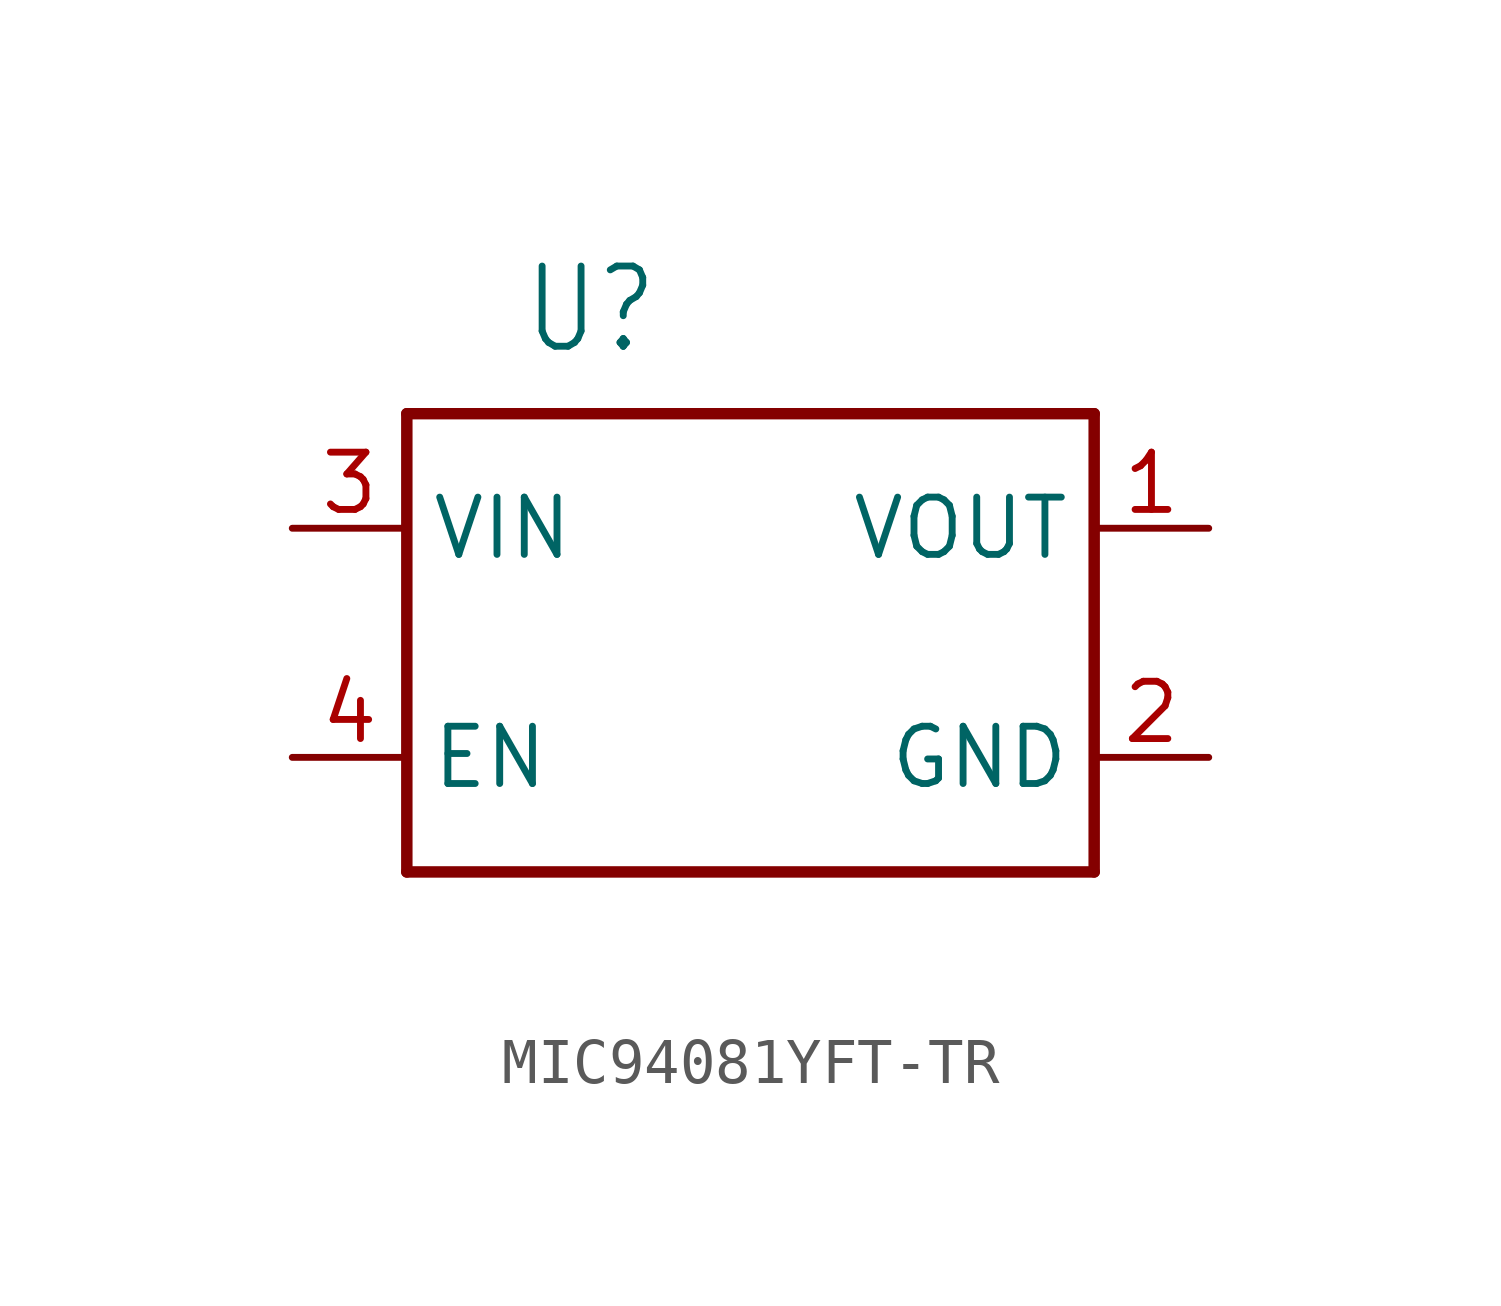
<source format=kicad_sym>
(kicad_symbol_lib
  (version 20220914)
  (generator kicad_symbol_editor)
  (symbol "MIC94081YFT-TR"
    (property "Reference" "U"
      (at -5.08 6.35 0)
      (effects (font (size 1.778 1.511)) (justify left bottom)))
    (property "Value" ""
      (at -5.08 -6.35 0)
      (effects (font (size 1.778 1.511)) (justify left top)))
    (property "ki_locked" ""
      (at 0 0 0)
      (effects (font (size 1.27 1.27))))
    (symbol "MIC94081YFT-TR_1_0"
      (polyline (pts (xy -7.62 -5.08) (xy -7.62 5.08)) (stroke (width 0.254) (type solid)) (fill (type none)))
      (polyline (pts (xy -7.62 5.08) (xy 7.62 5.08)) (stroke (width 0.254) (type solid)) (fill (type none)))
      (polyline (pts (xy 7.62 -5.08) (xy -7.62 -5.08)) (stroke (width 0.254) (type solid)) (fill (type none)))
      (polyline (pts (xy 7.62 5.08) (xy 7.62 -5.08)) (stroke (width 0.254) (type solid)) (fill (type none)))
      (pin output line (at 10.16 2.54 180) (length 2.54) (name "VOUT" (effects (font (size 1.27 1.27)))) (number "1" (effects (font (size 1.27 1.27)))))
      (pin power_in line (at 10.16 -2.54 180) (length 2.54) (name "GND" (effects (font (size 1.27 1.27)))) (number "2" (effects (font (size 1.27 1.27)))))
      (pin input line (at -10.16 2.54 0) (length 2.54) (name "VIN" (effects (font (size 1.27 1.27)))) (number "3" (effects (font (size 1.27 1.27)))))
      (pin input line (at -10.16 -2.54 0) (length 2.54) (name "EN" (effects (font (size 1.27 1.27)))) (number "4" (effects (font (size 1.27 1.27))))))))
</source>
